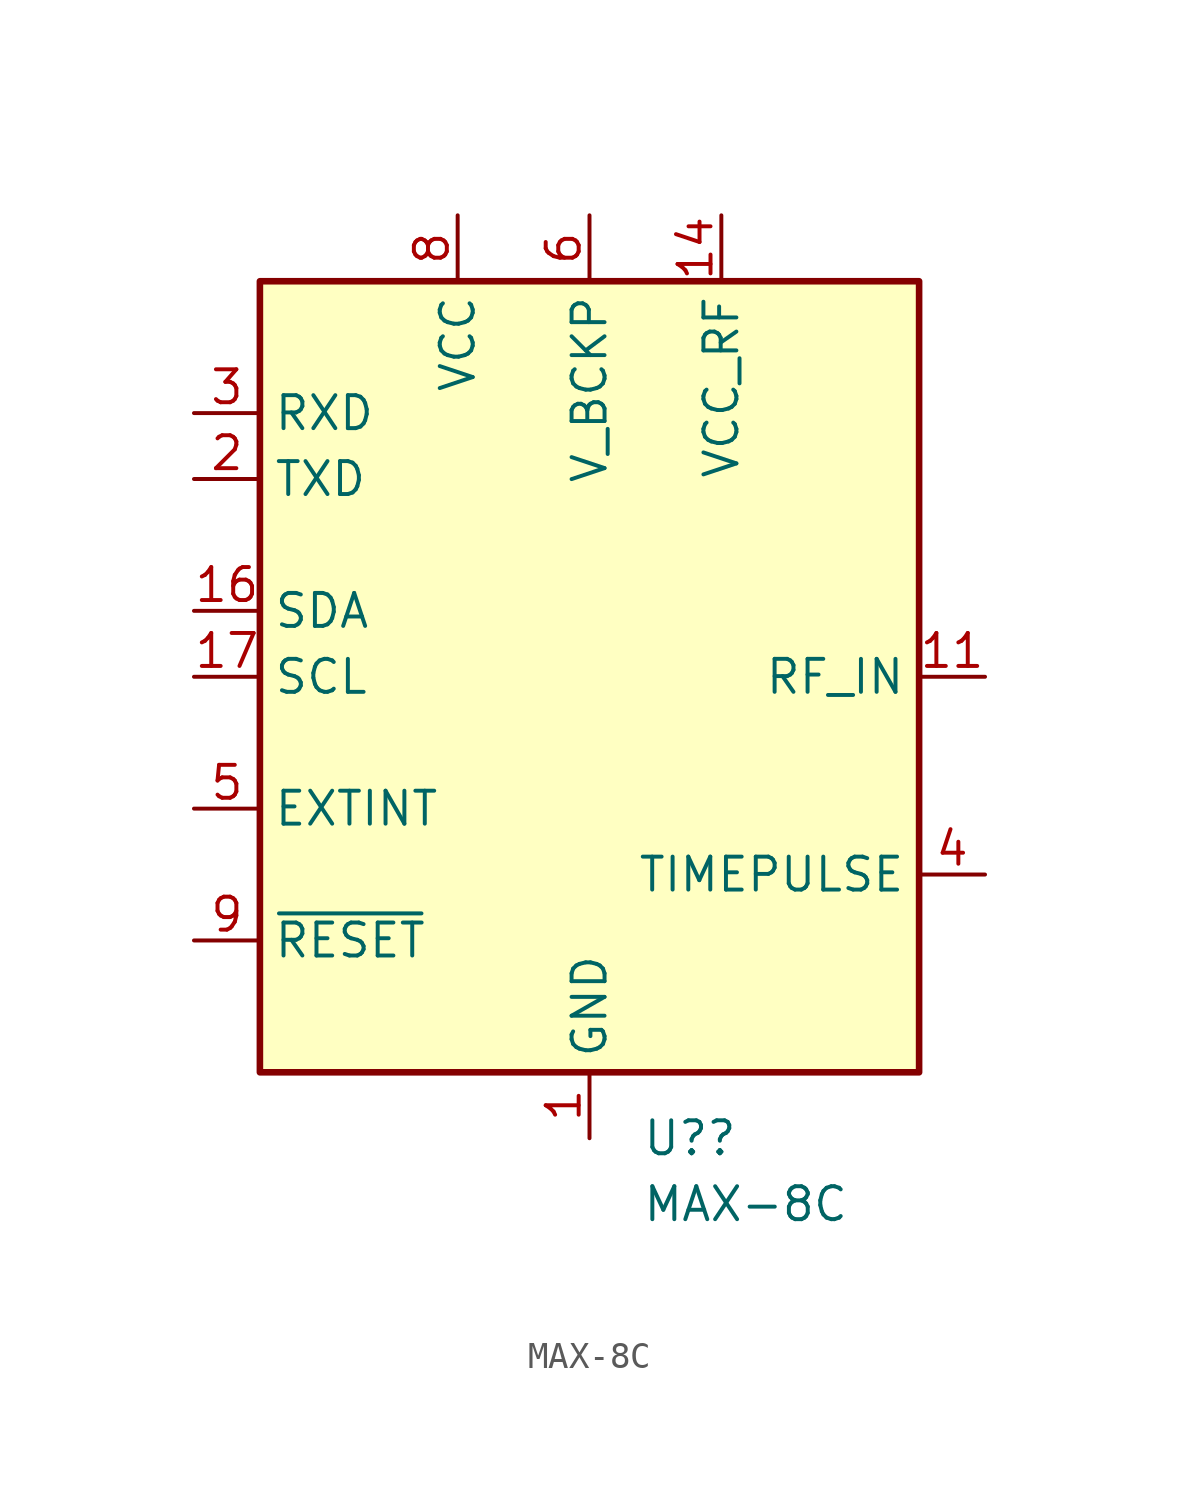
<source format=kicad_sym>
(kicad_symbol_lib
  (version 20211014)
  (generator kicad_symbol_editor)
  (symbol "MAX-8C"
    (property "Reference" "U?"
      (at 2.019 -17.78 0)
      (effects (font (size 1.27 1.27)) (justify left)))
    (property "Value" "MAX-8C"
      (at 2.019 -20.32 0)
      (effects (font (size 1.27 1.27)) (justify left)))
    (symbol "MAX-8C_0_1"
      (rectangle (start 12.7 15.24) (end -12.7 -15.24) (stroke (width 0.254) (type default) (color 0 0 0 0)) (fill (type background))))
    (symbol "MAX-8C_1_1"
      (pin power_in line (at 0 -17.78 90) (length 2.54) (name "GND" (effects (font (size 1.27 1.27)))) (number "1" (effects (font (size 1.27 1.27)))))
      (pin passive line (at 0 -17.78 90) (length 2.54) hide (name "GND" (effects (font (size 1.27 1.27)))) (number "10" (effects (font (size 1.27 1.27)))))
      (pin input line (at 15.24 0 180) (length 2.54) (name "RF_IN" (effects (font (size 1.27 1.27)))) (number "11" (effects (font (size 1.27 1.27)))))
      (pin passive line (at 0 -17.78 90) (length 2.54) hide (name "GND" (effects (font (size 1.27 1.27)))) (number "12" (effects (font (size 1.27 1.27)))))
      (pin output line (at 15.24 5.08 180) (length 2.54) hide (name "NC" (effects (font (size 1.27 1.27)))) (number "13" (effects (font (size 1.27 1.27)))))
      (pin power_out line (at 5.08 17.78 270) (length 2.54) (name "VCC_RF" (effects (font (size 1.27 1.27)))) (number "14" (effects (font (size 1.27 1.27)))))
      (pin no_connect line (at 12.7 -5.08 180) (length 2.54) hide (name "Reserved" (effects (font (size 1.27 1.27)))) (number "15" (effects (font (size 1.27 1.27)))))
      (pin bidirectional line (at -15.24 2.54 0) (length 2.54) (name "SDA" (effects (font (size 1.27 1.27)))) (number "16" (effects (font (size 1.27 1.27)))))
      (pin input line (at -15.24 0 0) (length 2.54) (name "SCL" (effects (font (size 1.27 1.27)))) (number "17" (effects (font (size 1.27 1.27)))))
      (pin no_connect line (at -15.24 -7.62 0) (length 2.54) hide (name "Reserved" (effects (font (size 1.27 1.27)))) (number "18" (effects (font (size 1.27 1.27)))))
      (pin output line (at -15.24 7.62 0) (length 2.54) (name "TXD" (effects (font (size 1.27 1.27)))) (number "2" (effects (font (size 1.27 1.27)))))
      (pin input line (at -15.24 10.16 0) (length 2.54) (name "RXD" (effects (font (size 1.27 1.27)))) (number "3" (effects (font (size 1.27 1.27)))))
      (pin output line (at 15.24 -7.62 180) (length 2.54) (name "TIMEPULSE" (effects (font (size 1.27 1.27)))) (number "4" (effects (font (size 1.27 1.27)))))
      (pin input line (at -15.24 -5.08 0) (length 2.54) (name "EXTINT" (effects (font (size 1.27 1.27)))) (number "5" (effects (font (size 1.27 1.27)))))
      (pin power_in line (at 0 17.78 270) (length 2.54) (name "V_BCKP" (effects (font (size 1.27 1.27)))) (number "6" (effects (font (size 1.27 1.27)))))
      (pin no_connect line (at -2.54 17.78 270) (length 2.54) hide (name "NC" (effects (font (size 1.27 1.27)))) (number "7" (effects (font (size 1.27 1.27)))))
      (pin power_in line (at -5.08 17.78 270) (length 2.54) (name "VCC" (effects (font (size 1.27 1.27)))) (number "8" (effects (font (size 1.27 1.27)))))
      (pin input line (at -15.24 -10.16 0) (length 2.54) (name "~{RESET}" (effects (font (size 1.27 1.27)))) (number "9" (effects (font (size 1.27 1.27))))))))
</source>
